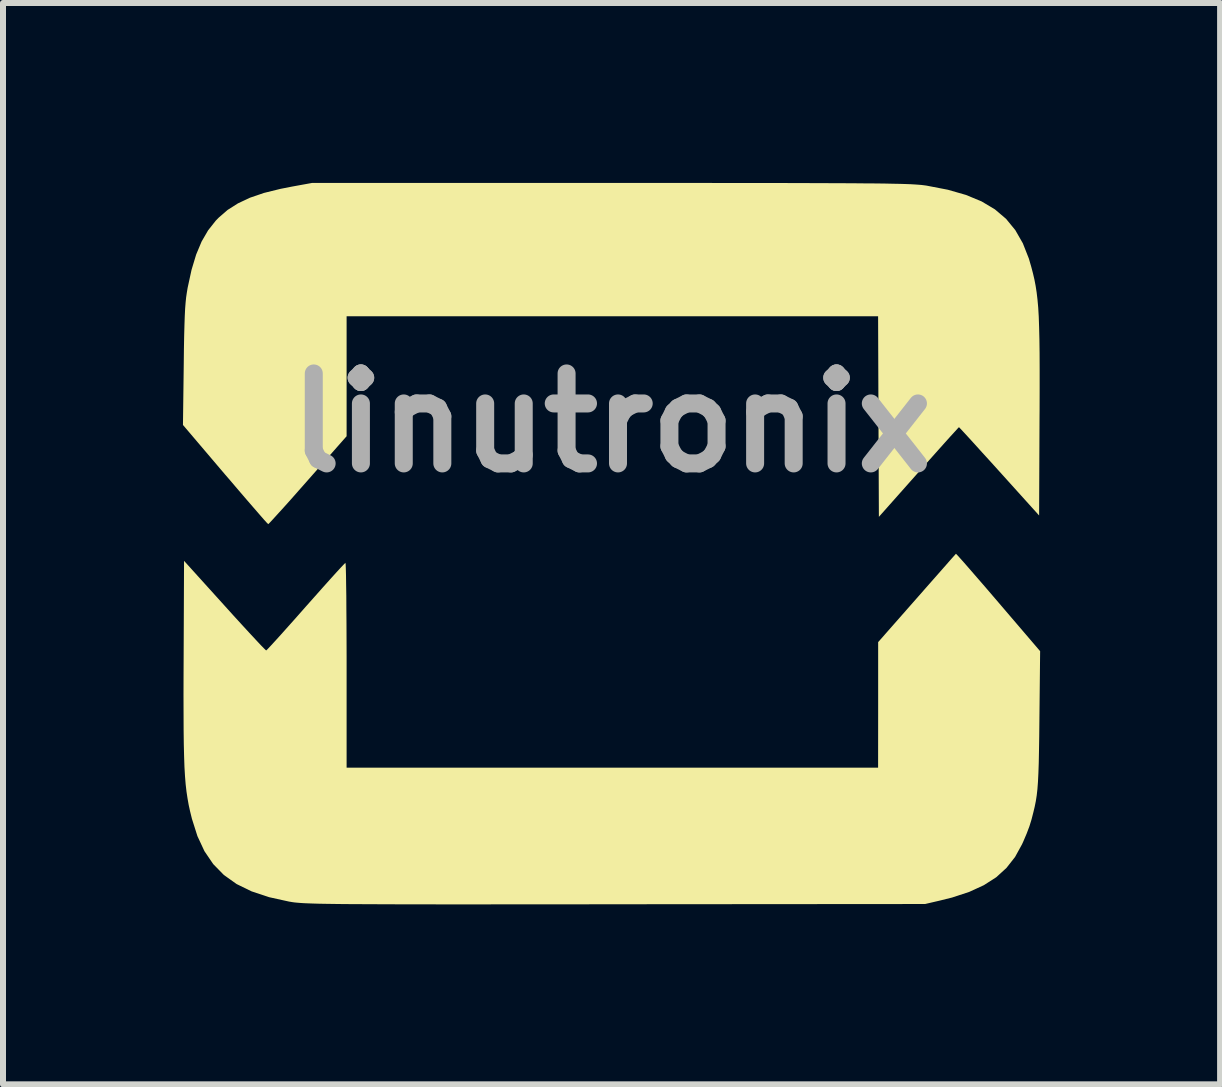
<source format=kicad_pcb>
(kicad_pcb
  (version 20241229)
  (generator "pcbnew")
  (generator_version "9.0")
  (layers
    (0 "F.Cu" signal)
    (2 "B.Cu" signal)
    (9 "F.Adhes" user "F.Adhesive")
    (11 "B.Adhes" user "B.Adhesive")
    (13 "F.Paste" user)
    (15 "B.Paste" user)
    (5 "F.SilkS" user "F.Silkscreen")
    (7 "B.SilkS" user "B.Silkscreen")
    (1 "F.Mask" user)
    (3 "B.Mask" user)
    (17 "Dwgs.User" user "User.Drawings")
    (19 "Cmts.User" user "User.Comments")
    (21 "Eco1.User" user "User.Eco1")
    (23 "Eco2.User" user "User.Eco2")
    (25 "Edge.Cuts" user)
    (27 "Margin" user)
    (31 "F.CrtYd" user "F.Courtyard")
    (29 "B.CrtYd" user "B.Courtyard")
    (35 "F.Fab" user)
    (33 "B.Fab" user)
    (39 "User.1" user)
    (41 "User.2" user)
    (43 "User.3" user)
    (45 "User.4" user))
  (footprint "linutronix"
    (layer "F.Cu")
    (at 7.145 5.997)
    (property "Reference" "linutronix" (at 0 -2 0) (layer "F.Fab") (effects (font (size 1.5 1.5) (thickness 0.3))))
    (attr board_only exclude_from_pos_files exclude_from_bom)
    (fp_poly (pts (xy 0.584 -5.997) (xy 1.132 -5.997) (xy 1.633 -5.997) (xy 2.09 -5.996) (xy 2.504 -5.996) (xy 2.878 -5.996) (xy 3.214 -5.995) (xy 3.515 -5.994) (xy 3.782 -5.993) (xy 4.018 -5.992) (xy 4.225 -5.99) (xy 4.406 -5.989) (xy 4.562 -5.987) (xy 4.696 -5.984) (xy 4.81 -5.982) (xy 4.907 -5.979) (xy 4.988 -5.976) (xy 5.056 -5.972) (xy 5.113 -5.968) (xy 5.162 -5.964) (xy 5.204 -5.959) (xy 5.242 -5.954) (xy 5.259 -5.951) (xy 5.606 -5.884) (xy 5.909 -5.797) (xy 6.169 -5.689) (xy 6.39 -5.557) (xy 6.576 -5.399) (xy 6.73 -5.211) (xy 6.856 -4.991) (xy 6.956 -4.737) (xy 6.997 -4.596) (xy 7.025 -4.489) (xy 7.049 -4.386) (xy 7.069 -4.282) (xy 7.086 -4.172) (xy 7.1 -4.053) (xy 7.112 -3.92) (xy 7.121 -3.768) (xy 7.127 -3.592) (xy 7.132 -3.39) (xy 7.135 -3.155) (xy 7.136 -2.884) (xy 7.136 -2.572) (xy 7.135 -2.214) (xy 7.134 -2.083) (xy 7.127 -0.454) (xy 6.463 -1.19) (xy 6.315 -1.354) (xy 6.178 -1.504) (xy 6.057 -1.638) (xy 5.953 -1.752) (xy 5.872 -1.84) (xy 5.817 -1.899) (xy 5.792 -1.925) (xy 5.791 -1.926) (xy 5.773 -1.908) (xy 5.725 -1.855) (xy 5.649 -1.772) (xy 5.551 -1.663) (xy 5.434 -1.532) (xy 5.301 -1.383) (xy 5.157 -1.22) (xy 5.12 -1.179) (xy 4.456 -0.431) (xy 4.449 -2.103) (xy 4.443 -3.775) (xy 0.013 -3.775) (xy -4.417 -3.775) (xy -4.417 -2.775) (xy -4.417 -1.775) (xy -5.063 -1.042) (xy -5.208 -0.878) (xy -5.342 -0.726) (xy -5.462 -0.592) (xy -5.564 -0.48) (xy -5.644 -0.392) (xy -5.698 -0.334) (xy -5.723 -0.31) (xy -5.724 -0.31) (xy -5.744 -0.329) (xy -5.793 -0.383) (xy -5.868 -0.469) (xy -5.966 -0.582) (xy -6.083 -0.717) (xy -6.216 -0.872) (xy -6.36 -1.041) (xy -6.443 -1.137) (xy -7.145 -1.963) (xy -7.132 -2.966) (xy -7.129 -3.23) (xy -7.125 -3.45) (xy -7.12 -3.63) (xy -7.115 -3.778) (xy -7.109 -3.9) (xy -7.101 -4.002) (xy -7.092 -4.091) (xy -7.08 -4.172) (xy -7.067 -4.25) (xy -7.002 -4.549) (xy -6.925 -4.804) (xy -6.834 -5.021) (xy -6.726 -5.207) (xy -6.598 -5.369) (xy -6.549 -5.419) (xy -6.4 -5.548) (xy -6.228 -5.657) (xy -6.028 -5.751) (xy -5.794 -5.831) (xy -5.518 -5.899) (xy -5.325 -5.937) (xy -4.995 -5.997) (xy -0.013 -5.997)) (stroke (width 0) (type solid)) (fill yes) (layer "F.SilkS"))
    (fp_poly (pts (xy 5.758 0.201) (xy 5.806 0.254) (xy 5.88 0.337) (xy 5.976 0.447) (xy 6.092 0.581) (xy 6.224 0.733) (xy 6.368 0.901) (xy 6.446 0.992) (xy 7.144 1.808) (xy 7.132 2.939) (xy 7.129 3.227) (xy 7.125 3.47) (xy 7.121 3.673) (xy 7.115 3.843) (xy 7.108 3.985) (xy 7.099 4.107) (xy 7.087 4.213) (xy 7.072 4.309) (xy 7.053 4.403) (xy 7.03 4.499) (xy 7.003 4.604) (xy 6.996 4.629) (xy 6.966 4.726) (xy 6.92 4.848) (xy 6.866 4.975) (xy 6.842 5.028) (xy 6.726 5.239) (xy 6.583 5.421) (xy 6.412 5.577) (xy 6.206 5.709) (xy 5.962 5.821) (xy 5.676 5.915) (xy 5.471 5.966) (xy 5.226 6.023) (xy 0.064 6.027) (xy -0.542 6.028) (xy -1.1 6.028) (xy -1.61 6.028) (xy -2.076 6.029) (xy -2.499 6.029) (xy -2.882 6.029) (xy -3.226 6.028) (xy -3.535 6.028) (xy -3.81 6.027) (xy -4.053 6.026) (xy -4.267 6.025) (xy -4.455 6.024) (xy -4.617 6.022) (xy -4.756 6.02) (xy -4.875 6.018) (xy -4.976 6.015) (xy -5.06 6.012) (xy -5.131 6.009) (xy -5.19 6.005) (xy -5.24 6.001) (xy -5.282 5.997) (xy -5.319 5.992) (xy -5.354 5.986) (xy -5.374 5.983) (xy -5.709 5.909) (xy -6.001 5.812) (xy -6.251 5.69) (xy -6.463 5.539) (xy -6.641 5.357) (xy -6.787 5.142) (xy -6.904 4.891) (xy -6.996 4.601) (xy -7 4.584) (xy -7.027 4.475) (xy -7.05 4.369) (xy -7.069 4.262) (xy -7.086 4.15) (xy -7.1 4.028) (xy -7.111 3.893) (xy -7.12 3.739) (xy -7.126 3.562) (xy -7.131 3.358) (xy -7.134 3.123) (xy -7.135 2.851) (xy -7.136 2.54) (xy -7.135 2.183) (xy -7.134 1.981) (xy -7.127 0.302) (xy -6.451 1.05) (xy -6.302 1.215) (xy -6.163 1.367) (xy -6.039 1.502) (xy -5.932 1.617) (xy -5.848 1.707) (xy -5.789 1.767) (xy -5.76 1.795) (xy -5.758 1.796) (xy -5.737 1.777) (xy -5.687 1.724) (xy -5.61 1.64) (xy -5.511 1.531) (xy -5.394 1.4) (xy -5.261 1.251) (xy -5.118 1.089) (xy -5.098 1.066) (xy -4.953 0.903) (xy -4.819 0.752) (xy -4.699 0.618) (xy -4.597 0.505) (xy -4.517 0.418) (xy -4.462 0.36) (xy -4.438 0.336) (xy -4.437 0.336) (xy -4.433 0.36) (xy -4.43 0.432) (xy -4.427 0.547) (xy -4.425 0.7) (xy -4.422 0.888) (xy -4.421 1.107) (xy -4.419 1.351) (xy -4.418 1.618) (xy -4.417 1.902) (xy -4.417 2.042) (xy -4.417 3.75) (xy 0.013 3.75) (xy 4.443 3.75) (xy 4.444 2.703) (xy 4.444 1.657) (xy 5.088 0.925) (xy 5.233 0.76) (xy 5.366 0.609) (xy 5.485 0.474) (xy 5.586 0.359) (xy 5.664 0.27) (xy 5.717 0.211) (xy 5.74 0.185) (xy 5.74 0.184)) (stroke (width 0) (type solid)) (fill yes) (layer "F.SilkS")))
  (gr_rect
    (start -3 -3)
    (end 17.289 15.026)
    (stroke (width 0.1) (type default))
    (fill no)
    (layer "Edge.Cuts")))
</source>
